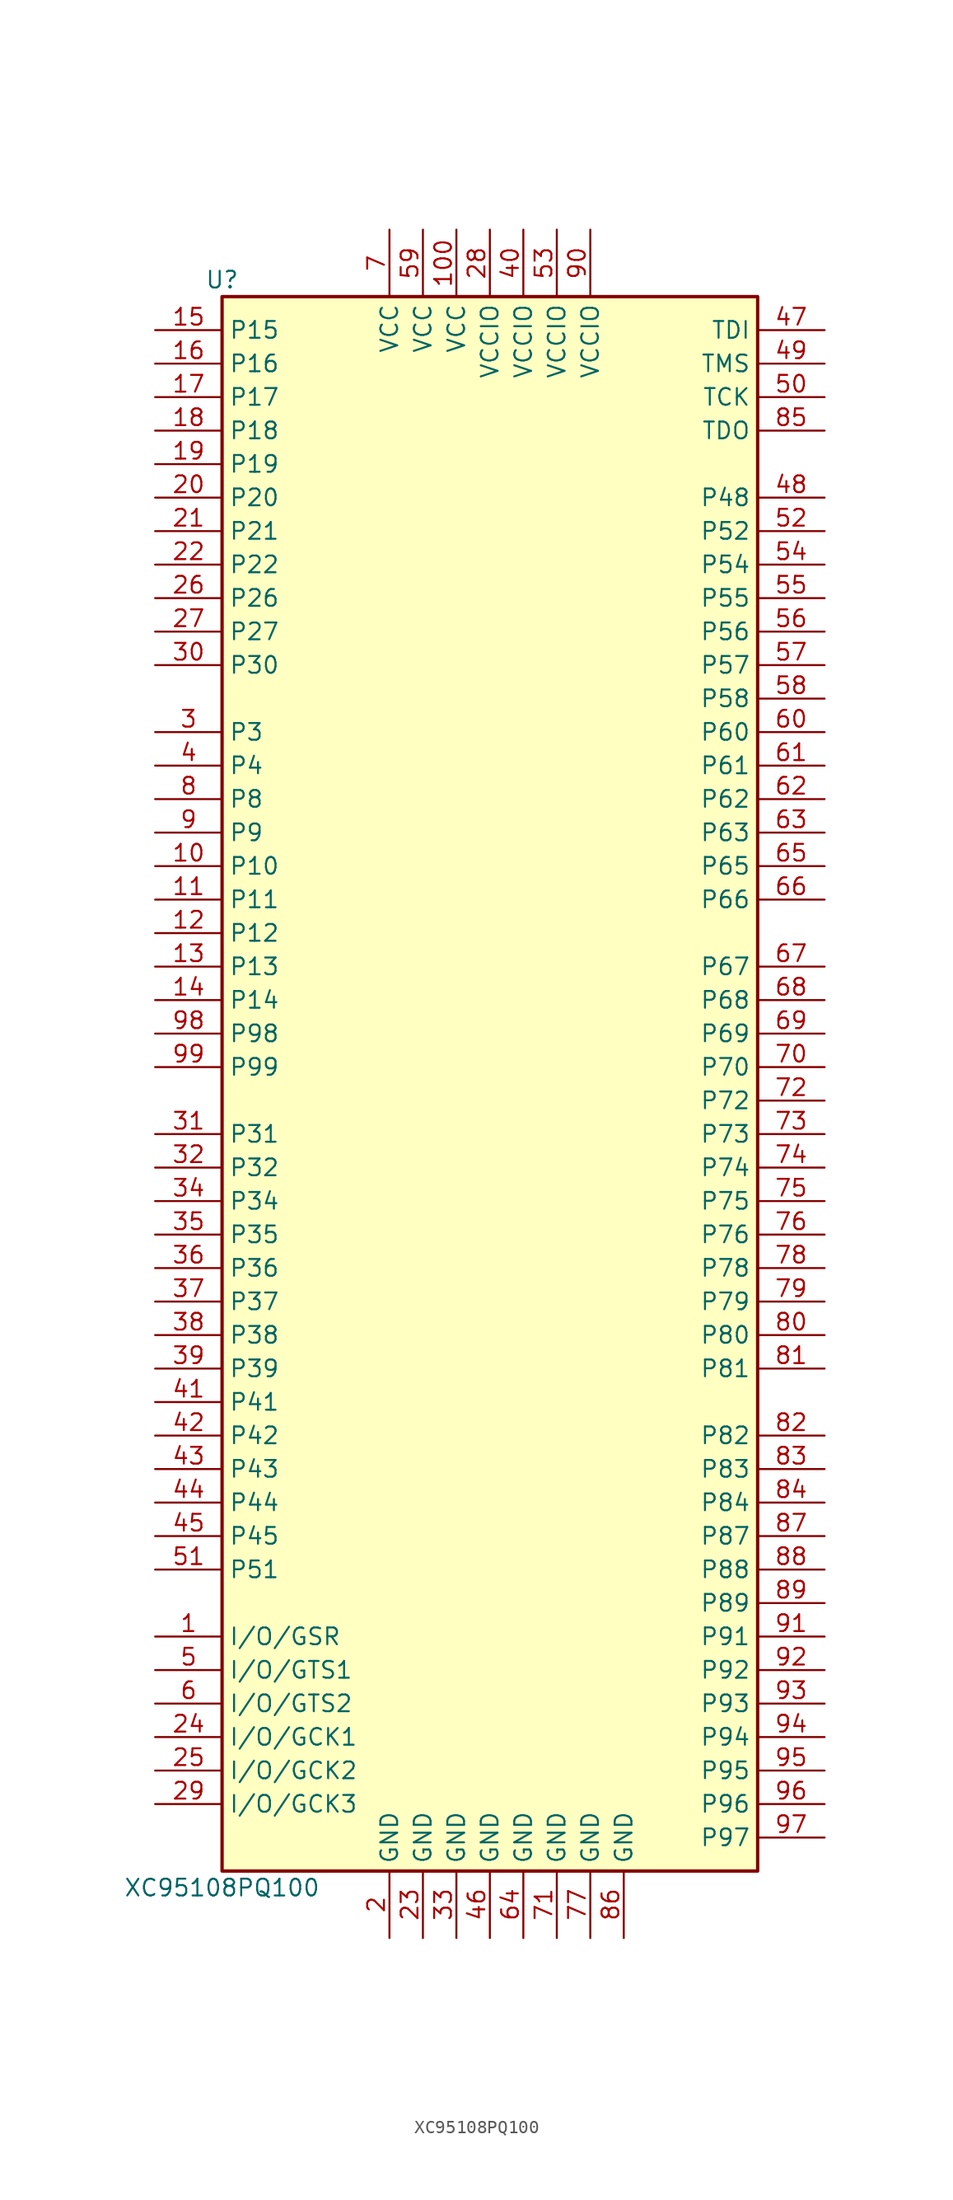
<source format=kicad_sym>
(kicad_symbol_lib
  (version 20211014)
  (generator kicad_symbol_editor)
  (symbol "XC95108PQ100"
    (property "Reference" "U"
      (at -20.32 59.69 0)
      (effects (font (size 1.27 1.27))))
    (property "Value" "XC95108PQ100"
      (at -20.32 -62.23 0)
      (effects (font (size 1.27 1.27))))
    (symbol "XC95108PQ100_1_1"
      (rectangle (start -20.32 58.42) (end 20.32 -60.96) (stroke (width 0.254) (type default) (color 0 0 0 0)) (fill (type background)))
      (pin bidirectional line (at -25.4 -43.18 0) (length 5.08) (name "I/O/GSR" (effects (font (size 1.27 1.27)))) (number "1" (effects (font (size 1.27 1.27)))))
      (pin bidirectional line (at -25.4 15.24 0) (length 5.08) (name "P10" (effects (font (size 1.27 1.27)))) (number "10" (effects (font (size 1.27 1.27)))))
      (pin power_in line (at -2.54 63.5 270) (length 5.08) (name "VCC" (effects (font (size 1.27 1.27)))) (number "100" (effects (font (size 1.27 1.27)))))
      (pin bidirectional line (at -25.4 12.7 0) (length 5.08) (name "P11" (effects (font (size 1.27 1.27)))) (number "11" (effects (font (size 1.27 1.27)))))
      (pin bidirectional line (at -25.4 10.16 0) (length 5.08) (name "P12" (effects (font (size 1.27 1.27)))) (number "12" (effects (font (size 1.27 1.27)))))
      (pin bidirectional line (at -25.4 7.62 0) (length 5.08) (name "P13" (effects (font (size 1.27 1.27)))) (number "13" (effects (font (size 1.27 1.27)))))
      (pin bidirectional line (at -25.4 5.08 0) (length 5.08) (name "P14" (effects (font (size 1.27 1.27)))) (number "14" (effects (font (size 1.27 1.27)))))
      (pin bidirectional line (at -25.4 55.88 0) (length 5.08) (name "P15" (effects (font (size 1.27 1.27)))) (number "15" (effects (font (size 1.27 1.27)))))
      (pin bidirectional line (at -25.4 53.34 0) (length 5.08) (name "P16" (effects (font (size 1.27 1.27)))) (number "16" (effects (font (size 1.27 1.27)))))
      (pin bidirectional line (at -25.4 50.8 0) (length 5.08) (name "P17" (effects (font (size 1.27 1.27)))) (number "17" (effects (font (size 1.27 1.27)))))
      (pin bidirectional line (at -25.4 48.26 0) (length 5.08) (name "P18" (effects (font (size 1.27 1.27)))) (number "18" (effects (font (size 1.27 1.27)))))
      (pin bidirectional line (at -25.4 45.72 0) (length 5.08) (name "P19" (effects (font (size 1.27 1.27)))) (number "19" (effects (font (size 1.27 1.27)))))
      (pin power_in line (at -7.62 -66.04 90) (length 5.08) (name "GND" (effects (font (size 1.27 1.27)))) (number "2" (effects (font (size 1.27 1.27)))))
      (pin bidirectional line (at -25.4 43.18 0) (length 5.08) (name "P20" (effects (font (size 1.27 1.27)))) (number "20" (effects (font (size 1.27 1.27)))))
      (pin bidirectional line (at -25.4 40.64 0) (length 5.08) (name "P21" (effects (font (size 1.27 1.27)))) (number "21" (effects (font (size 1.27 1.27)))))
      (pin bidirectional line (at -25.4 38.1 0) (length 5.08) (name "P22" (effects (font (size 1.27 1.27)))) (number "22" (effects (font (size 1.27 1.27)))))
      (pin power_in line (at -5.08 -66.04 90) (length 5.08) (name "GND" (effects (font (size 1.27 1.27)))) (number "23" (effects (font (size 1.27 1.27)))))
      (pin bidirectional line (at -25.4 -50.8 0) (length 5.08) (name "I/O/GCK1" (effects (font (size 1.27 1.27)))) (number "24" (effects (font (size 1.27 1.27)))))
      (pin bidirectional line (at -25.4 -53.34 0) (length 5.08) (name "I/O/GCK2" (effects (font (size 1.27 1.27)))) (number "25" (effects (font (size 1.27 1.27)))))
      (pin bidirectional line (at -25.4 35.56 0) (length 5.08) (name "P26" (effects (font (size 1.27 1.27)))) (number "26" (effects (font (size 1.27 1.27)))))
      (pin bidirectional line (at -25.4 33.02 0) (length 5.08) (name "P27" (effects (font (size 1.27 1.27)))) (number "27" (effects (font (size 1.27 1.27)))))
      (pin power_in line (at 0 63.5 270) (length 5.08) (name "VCCIO" (effects (font (size 1.27 1.27)))) (number "28" (effects (font (size 1.27 1.27)))))
      (pin bidirectional line (at -25.4 -55.88 0) (length 5.08) (name "I/O/GCK3" (effects (font (size 1.27 1.27)))) (number "29" (effects (font (size 1.27 1.27)))))
      (pin bidirectional line (at -25.4 25.4 0) (length 5.08) (name "P3" (effects (font (size 1.27 1.27)))) (number "3" (effects (font (size 1.27 1.27)))))
      (pin bidirectional line (at -25.4 30.48 0) (length 5.08) (name "P30" (effects (font (size 1.27 1.27)))) (number "30" (effects (font (size 1.27 1.27)))))
      (pin bidirectional line (at -25.4 -5.08 0) (length 5.08) (name "P31" (effects (font (size 1.27 1.27)))) (number "31" (effects (font (size 1.27 1.27)))))
      (pin bidirectional line (at -25.4 -7.62 0) (length 5.08) (name "P32" (effects (font (size 1.27 1.27)))) (number "32" (effects (font (size 1.27 1.27)))))
      (pin power_in line (at -2.54 -66.04 90) (length 5.08) (name "GND" (effects (font (size 1.27 1.27)))) (number "33" (effects (font (size 1.27 1.27)))))
      (pin bidirectional line (at -25.4 -10.16 0) (length 5.08) (name "P34" (effects (font (size 1.27 1.27)))) (number "34" (effects (font (size 1.27 1.27)))))
      (pin bidirectional line (at -25.4 -12.7 0) (length 5.08) (name "P35" (effects (font (size 1.27 1.27)))) (number "35" (effects (font (size 1.27 1.27)))))
      (pin bidirectional line (at -25.4 -15.24 0) (length 5.08) (name "P36" (effects (font (size 1.27 1.27)))) (number "36" (effects (font (size 1.27 1.27)))))
      (pin bidirectional line (at -25.4 -17.78 0) (length 5.08) (name "P37" (effects (font (size 1.27 1.27)))) (number "37" (effects (font (size 1.27 1.27)))))
      (pin bidirectional line (at -25.4 -20.32 0) (length 5.08) (name "P38" (effects (font (size 1.27 1.27)))) (number "38" (effects (font (size 1.27 1.27)))))
      (pin bidirectional line (at -25.4 -22.86 0) (length 5.08) (name "P39" (effects (font (size 1.27 1.27)))) (number "39" (effects (font (size 1.27 1.27)))))
      (pin bidirectional line (at -25.4 22.86 0) (length 5.08) (name "P4" (effects (font (size 1.27 1.27)))) (number "4" (effects (font (size 1.27 1.27)))))
      (pin power_in line (at 2.54 63.5 270) (length 5.08) (name "VCCIO" (effects (font (size 1.27 1.27)))) (number "40" (effects (font (size 1.27 1.27)))))
      (pin bidirectional line (at -25.4 -25.4 0) (length 5.08) (name "P41" (effects (font (size 1.27 1.27)))) (number "41" (effects (font (size 1.27 1.27)))))
      (pin bidirectional line (at -25.4 -27.94 0) (length 5.08) (name "P42" (effects (font (size 1.27 1.27)))) (number "42" (effects (font (size 1.27 1.27)))))
      (pin bidirectional line (at -25.4 -30.48 0) (length 5.08) (name "P43" (effects (font (size 1.27 1.27)))) (number "43" (effects (font (size 1.27 1.27)))))
      (pin bidirectional line (at -25.4 -33.02 0) (length 5.08) (name "P44" (effects (font (size 1.27 1.27)))) (number "44" (effects (font (size 1.27 1.27)))))
      (pin bidirectional line (at -25.4 -35.56 0) (length 5.08) (name "P45" (effects (font (size 1.27 1.27)))) (number "45" (effects (font (size 1.27 1.27)))))
      (pin power_in line (at 0 -66.04 90) (length 5.08) (name "GND" (effects (font (size 1.27 1.27)))) (number "46" (effects (font (size 1.27 1.27)))))
      (pin input line (at 25.4 55.88 180) (length 5.08) (name "TDI" (effects (font (size 1.27 1.27)))) (number "47" (effects (font (size 1.27 1.27)))))
      (pin bidirectional line (at 25.4 43.18 180) (length 5.08) (name "P48" (effects (font (size 1.27 1.27)))) (number "48" (effects (font (size 1.27 1.27)))))
      (pin input line (at 25.4 53.34 180) (length 5.08) (name "TMS" (effects (font (size 1.27 1.27)))) (number "49" (effects (font (size 1.27 1.27)))))
      (pin bidirectional line (at -25.4 -45.72 0) (length 5.08) (name "I/O/GTS1" (effects (font (size 1.27 1.27)))) (number "5" (effects (font (size 1.27 1.27)))))
      (pin input line (at 25.4 50.8 180) (length 5.08) (name "TCK" (effects (font (size 1.27 1.27)))) (number "50" (effects (font (size 1.27 1.27)))))
      (pin bidirectional line (at -25.4 -38.1 0) (length 5.08) (name "P51" (effects (font (size 1.27 1.27)))) (number "51" (effects (font (size 1.27 1.27)))))
      (pin bidirectional line (at 25.4 40.64 180) (length 5.08) (name "P52" (effects (font (size 1.27 1.27)))) (number "52" (effects (font (size 1.27 1.27)))))
      (pin power_in line (at 5.08 63.5 270) (length 5.08) (name "VCCIO" (effects (font (size 1.27 1.27)))) (number "53" (effects (font (size 1.27 1.27)))))
      (pin bidirectional line (at 25.4 38.1 180) (length 5.08) (name "P54" (effects (font (size 1.27 1.27)))) (number "54" (effects (font (size 1.27 1.27)))))
      (pin bidirectional line (at 25.4 35.56 180) (length 5.08) (name "P55" (effects (font (size 1.27 1.27)))) (number "55" (effects (font (size 1.27 1.27)))))
      (pin bidirectional line (at 25.4 33.02 180) (length 5.08) (name "P56" (effects (font (size 1.27 1.27)))) (number "56" (effects (font (size 1.27 1.27)))))
      (pin bidirectional line (at 25.4 30.48 180) (length 5.08) (name "P57" (effects (font (size 1.27 1.27)))) (number "57" (effects (font (size 1.27 1.27)))))
      (pin bidirectional line (at 25.4 27.94 180) (length 5.08) (name "P58" (effects (font (size 1.27 1.27)))) (number "58" (effects (font (size 1.27 1.27)))))
      (pin power_in line (at -5.08 63.5 270) (length 5.08) (name "VCC" (effects (font (size 1.27 1.27)))) (number "59" (effects (font (size 1.27 1.27)))))
      (pin bidirectional line (at -25.4 -48.26 0) (length 5.08) (name "I/O/GTS2" (effects (font (size 1.27 1.27)))) (number "6" (effects (font (size 1.27 1.27)))))
      (pin bidirectional line (at 25.4 25.4 180) (length 5.08) (name "P60" (effects (font (size 1.27 1.27)))) (number "60" (effects (font (size 1.27 1.27)))))
      (pin bidirectional line (at 25.4 22.86 180) (length 5.08) (name "P61" (effects (font (size 1.27 1.27)))) (number "61" (effects (font (size 1.27 1.27)))))
      (pin bidirectional line (at 25.4 20.32 180) (length 5.08) (name "P62" (effects (font (size 1.27 1.27)))) (number "62" (effects (font (size 1.27 1.27)))))
      (pin bidirectional line (at 25.4 17.78 180) (length 5.08) (name "P63" (effects (font (size 1.27 1.27)))) (number "63" (effects (font (size 1.27 1.27)))))
      (pin power_in line (at 2.54 -66.04 90) (length 5.08) (name "GND" (effects (font (size 1.27 1.27)))) (number "64" (effects (font (size 1.27 1.27)))))
      (pin bidirectional line (at 25.4 15.24 180) (length 5.08) (name "P65" (effects (font (size 1.27 1.27)))) (number "65" (effects (font (size 1.27 1.27)))))
      (pin bidirectional line (at 25.4 12.7 180) (length 5.08) (name "P66" (effects (font (size 1.27 1.27)))) (number "66" (effects (font (size 1.27 1.27)))))
      (pin bidirectional line (at 25.4 7.62 180) (length 5.08) (name "P67" (effects (font (size 1.27 1.27)))) (number "67" (effects (font (size 1.27 1.27)))))
      (pin bidirectional line (at 25.4 5.08 180) (length 5.08) (name "P68" (effects (font (size 1.27 1.27)))) (number "68" (effects (font (size 1.27 1.27)))))
      (pin bidirectional line (at 25.4 2.54 180) (length 5.08) (name "P69" (effects (font (size 1.27 1.27)))) (number "69" (effects (font (size 1.27 1.27)))))
      (pin power_in line (at -7.62 63.5 270) (length 5.08) (name "VCC" (effects (font (size 1.27 1.27)))) (number "7" (effects (font (size 1.27 1.27)))))
      (pin bidirectional line (at 25.4 0 180) (length 5.08) (name "P70" (effects (font (size 1.27 1.27)))) (number "70" (effects (font (size 1.27 1.27)))))
      (pin power_in line (at 5.08 -66.04 90) (length 5.08) (name "GND" (effects (font (size 1.27 1.27)))) (number "71" (effects (font (size 1.27 1.27)))))
      (pin bidirectional line (at 25.4 -2.54 180) (length 5.08) (name "P72" (effects (font (size 1.27 1.27)))) (number "72" (effects (font (size 1.27 1.27)))))
      (pin bidirectional line (at 25.4 -5.08 180) (length 5.08) (name "P73" (effects (font (size 1.27 1.27)))) (number "73" (effects (font (size 1.27 1.27)))))
      (pin bidirectional line (at 25.4 -7.62 180) (length 5.08) (name "P74" (effects (font (size 1.27 1.27)))) (number "74" (effects (font (size 1.27 1.27)))))
      (pin bidirectional line (at 25.4 -10.16 180) (length 5.08) (name "P75" (effects (font (size 1.27 1.27)))) (number "75" (effects (font (size 1.27 1.27)))))
      (pin bidirectional line (at 25.4 -12.7 180) (length 5.08) (name "P76" (effects (font (size 1.27 1.27)))) (number "76" (effects (font (size 1.27 1.27)))))
      (pin power_in line (at 7.62 -66.04 90) (length 5.08) (name "GND" (effects (font (size 1.27 1.27)))) (number "77" (effects (font (size 1.27 1.27)))))
      (pin bidirectional line (at 25.4 -15.24 180) (length 5.08) (name "P78" (effects (font (size 1.27 1.27)))) (number "78" (effects (font (size 1.27 1.27)))))
      (pin bidirectional line (at 25.4 -17.78 180) (length 5.08) (name "P79" (effects (font (size 1.27 1.27)))) (number "79" (effects (font (size 1.27 1.27)))))
      (pin bidirectional line (at -25.4 20.32 0) (length 5.08) (name "P8" (effects (font (size 1.27 1.27)))) (number "8" (effects (font (size 1.27 1.27)))))
      (pin bidirectional line (at 25.4 -20.32 180) (length 5.08) (name "P80" (effects (font (size 1.27 1.27)))) (number "80" (effects (font (size 1.27 1.27)))))
      (pin bidirectional line (at 25.4 -22.86 180) (length 5.08) (name "P81" (effects (font (size 1.27 1.27)))) (number "81" (effects (font (size 1.27 1.27)))))
      (pin bidirectional line (at 25.4 -27.94 180) (length 5.08) (name "P82" (effects (font (size 1.27 1.27)))) (number "82" (effects (font (size 1.27 1.27)))))
      (pin bidirectional line (at 25.4 -30.48 180) (length 5.08) (name "P83" (effects (font (size 1.27 1.27)))) (number "83" (effects (font (size 1.27 1.27)))))
      (pin bidirectional line (at 25.4 -33.02 180) (length 5.08) (name "P84" (effects (font (size 1.27 1.27)))) (number "84" (effects (font (size 1.27 1.27)))))
      (pin output line (at 25.4 48.26 180) (length 5.08) (name "TDO" (effects (font (size 1.27 1.27)))) (number "85" (effects (font (size 1.27 1.27)))))
      (pin power_in line (at 10.16 -66.04 90) (length 5.08) (name "GND" (effects (font (size 1.27 1.27)))) (number "86" (effects (font (size 1.27 1.27)))))
      (pin bidirectional line (at 25.4 -35.56 180) (length 5.08) (name "P87" (effects (font (size 1.27 1.27)))) (number "87" (effects (font (size 1.27 1.27)))))
      (pin bidirectional line (at 25.4 -38.1 180) (length 5.08) (name "P88" (effects (font (size 1.27 1.27)))) (number "88" (effects (font (size 1.27 1.27)))))
      (pin bidirectional line (at 25.4 -40.64 180) (length 5.08) (name "P89" (effects (font (size 1.27 1.27)))) (number "89" (effects (font (size 1.27 1.27)))))
      (pin bidirectional line (at -25.4 17.78 0) (length 5.08) (name "P9" (effects (font (size 1.27 1.27)))) (number "9" (effects (font (size 1.27 1.27)))))
      (pin power_in line (at 7.62 63.5 270) (length 5.08) (name "VCCIO" (effects (font (size 1.27 1.27)))) (number "90" (effects (font (size 1.27 1.27)))))
      (pin bidirectional line (at 25.4 -43.18 180) (length 5.08) (name "P91" (effects (font (size 1.27 1.27)))) (number "91" (effects (font (size 1.27 1.27)))))
      (pin bidirectional line (at 25.4 -45.72 180) (length 5.08) (name "P92" (effects (font (size 1.27 1.27)))) (number "92" (effects (font (size 1.27 1.27)))))
      (pin bidirectional line (at 25.4 -48.26 180) (length 5.08) (name "P93" (effects (font (size 1.27 1.27)))) (number "93" (effects (font (size 1.27 1.27)))))
      (pin bidirectional line (at 25.4 -50.8 180) (length 5.08) (name "P94" (effects (font (size 1.27 1.27)))) (number "94" (effects (font (size 1.27 1.27)))))
      (pin bidirectional line (at 25.4 -53.34 180) (length 5.08) (name "P95" (effects (font (size 1.27 1.27)))) (number "95" (effects (font (size 1.27 1.27)))))
      (pin bidirectional line (at 25.4 -55.88 180) (length 5.08) (name "P96" (effects (font (size 1.27 1.27)))) (number "96" (effects (font (size 1.27 1.27)))))
      (pin bidirectional line (at 25.4 -58.42 180) (length 5.08) (name "P97" (effects (font (size 1.27 1.27)))) (number "97" (effects (font (size 1.27 1.27)))))
      (pin bidirectional line (at -25.4 2.54 0) (length 5.08) (name "P98" (effects (font (size 1.27 1.27)))) (number "98" (effects (font (size 1.27 1.27)))))
      (pin bidirectional line (at -25.4 0 0) (length 5.08) (name "P99" (effects (font (size 1.27 1.27)))) (number "99" (effects (font (size 1.27 1.27))))))))
</source>
